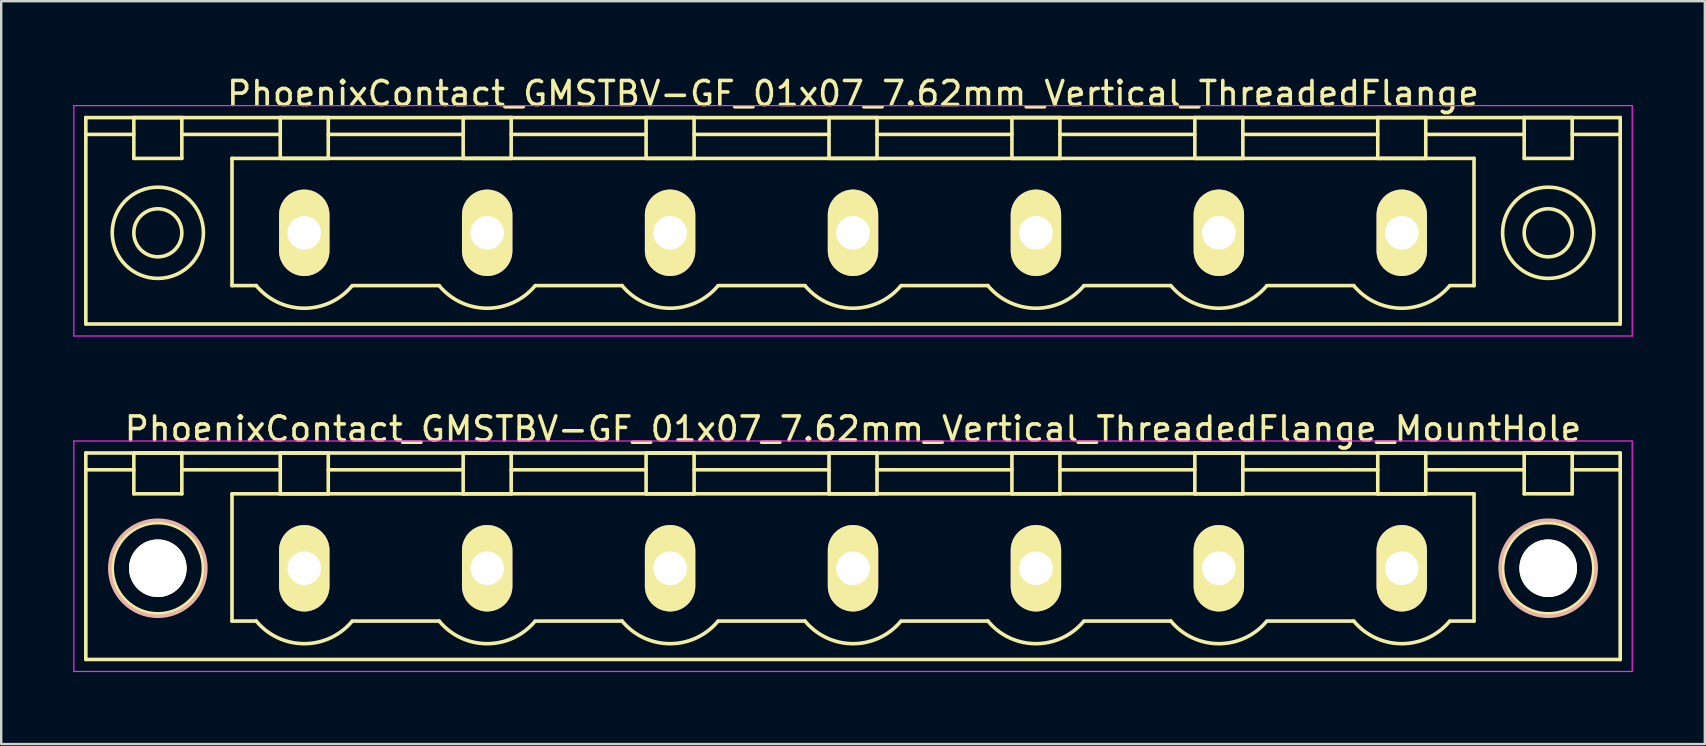
<source format=kicad_pcb>
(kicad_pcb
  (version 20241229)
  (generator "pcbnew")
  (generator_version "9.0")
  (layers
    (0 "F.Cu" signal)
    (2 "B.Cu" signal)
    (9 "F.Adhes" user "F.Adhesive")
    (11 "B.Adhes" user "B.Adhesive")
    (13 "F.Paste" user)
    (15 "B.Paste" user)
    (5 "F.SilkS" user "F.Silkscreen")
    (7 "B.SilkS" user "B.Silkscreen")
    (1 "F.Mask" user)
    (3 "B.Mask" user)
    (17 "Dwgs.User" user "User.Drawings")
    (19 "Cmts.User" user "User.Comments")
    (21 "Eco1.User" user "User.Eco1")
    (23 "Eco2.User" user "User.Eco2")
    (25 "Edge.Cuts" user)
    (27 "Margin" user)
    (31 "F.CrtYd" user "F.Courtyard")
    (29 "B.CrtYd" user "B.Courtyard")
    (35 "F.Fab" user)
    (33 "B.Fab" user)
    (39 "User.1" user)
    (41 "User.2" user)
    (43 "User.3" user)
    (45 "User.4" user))
  (footprint "PhoenixContact_GMSTBV-GF_01x07_7.62mm_Vertical_ThreadedFlange_MountHole"
    (layer "F.Cu")
    (at 9.625 20.622)
    (property "Reference" "PhoenixContact_GMSTBV-GF_01x07_7.62mm_Vertical_ThreadedFlange_MountHole" (at 22.86 -5.8 0) (layer "F.SilkS") (effects (font (size 1 1) (thickness 0.15))))
    (attr through_hole)
    (fp_line (start -9.1 -4.8) (end -9.1 3.8) (stroke (width 0.15) (type solid)) (layer "F.SilkS"))
    (fp_line (start -9.1 -4.1) (end -7.1 -4.1) (stroke (width 0.15) (type solid)) (layer "F.SilkS"))
    (fp_line (start -9.1 3.8) (end 54.82 3.8) (stroke (width 0.15) (type solid)) (layer "F.SilkS"))
    (fp_line (start -7.1 -4.8) (end -5.1 -4.8) (stroke (width 0.15) (type solid)) (layer "F.SilkS"))
    (fp_line (start -7.1 -3.1) (end -7.1 -4.8) (stroke (width 0.15) (type solid)) (layer "F.SilkS"))
    (fp_line (start -5.1 -4.8) (end -5.1 -3.1) (stroke (width 0.15) (type solid)) (layer "F.SilkS"))
    (fp_line (start -5.1 -4.1) (end -1 -4.1) (stroke (width 0.15) (type solid)) (layer "F.SilkS"))
    (fp_line (start -5.1 -3.1) (end -7.1 -3.1) (stroke (width 0.15) (type solid)) (layer "F.SilkS"))
    (fp_line (start -3.01 -3.1) (end 48.73 -3.1) (stroke (width 0.15) (type solid)) (layer "F.SilkS"))
    (fp_line (start -3.01 2.2) (end -3.01 -3.1) (stroke (width 0.15) (type solid)) (layer "F.SilkS"))
    (fp_line (start -2 2.2) (end -3.01 2.2) (stroke (width 0.15) (type solid)) (layer "F.SilkS"))
    (fp_line (start -1 -4.8) (end 1 -4.8) (stroke (width 0.15) (type solid)) (layer "F.SilkS"))
    (fp_line (start -1 -3.1) (end -1 -4.8) (stroke (width 0.15) (type solid)) (layer "F.SilkS"))
    (fp_line (start 1 -4.8) (end 1 -3.1) (stroke (width 0.15) (type solid)) (layer "F.SilkS"))
    (fp_line (start 1 -4.1) (end 6.62 -4.1) (stroke (width 0.15) (type solid)) (layer "F.SilkS"))
    (fp_line (start 1 -3.1) (end -1 -3.1) (stroke (width 0.15) (type solid)) (layer "F.SilkS"))
    (fp_line (start 2 2.2) (end 5.62 2.2) (stroke (width 0.15) (type solid)) (layer "F.SilkS"))
    (fp_line (start 6.62 -4.8) (end 8.62 -4.8) (stroke (width 0.15) (type solid)) (layer "F.SilkS"))
    (fp_line (start 6.62 -3.1) (end 6.62 -4.8) (stroke (width 0.15) (type solid)) (layer "F.SilkS"))
    (fp_line (start 8.62 -4.8) (end 8.62 -3.1) (stroke (width 0.15) (type solid)) (layer "F.SilkS"))
    (fp_line (start 8.62 -4.1) (end 14.24 -4.1) (stroke (width 0.15) (type solid)) (layer "F.SilkS"))
    (fp_line (start 8.62 -3.1) (end 6.62 -3.1) (stroke (width 0.15) (type solid)) (layer "F.SilkS"))
    (fp_line (start 9.62 2.2) (end 13.24 2.2) (stroke (width 0.15) (type solid)) (layer "F.SilkS"))
    (fp_line (start 14.24 -4.8) (end 16.24 -4.8) (stroke (width 0.15) (type solid)) (layer "F.SilkS"))
    (fp_line (start 14.24 -3.1) (end 14.24 -4.8) (stroke (width 0.15) (type solid)) (layer "F.SilkS"))
    (fp_line (start 16.24 -4.8) (end 16.24 -3.1) (stroke (width 0.15) (type solid)) (layer "F.SilkS"))
    (fp_line (start 16.24 -4.1) (end 21.86 -4.1) (stroke (width 0.15) (type solid)) (layer "F.SilkS"))
    (fp_line (start 16.24 -3.1) (end 14.24 -3.1) (stroke (width 0.15) (type solid)) (layer "F.SilkS"))
    (fp_line (start 17.24 2.2) (end 20.86 2.2) (stroke (width 0.15) (type solid)) (layer "F.SilkS"))
    (fp_line (start 21.86 -4.8) (end 23.86 -4.8) (stroke (width 0.15) (type solid)) (layer "F.SilkS"))
    (fp_line (start 21.86 -3.1) (end 21.86 -4.8) (stroke (width 0.15) (type solid)) (layer "F.SilkS"))
    (fp_line (start 23.86 -4.8) (end 23.86 -3.1) (stroke (width 0.15) (type solid)) (layer "F.SilkS"))
    (fp_line (start 23.86 -4.1) (end 29.48 -4.1) (stroke (width 0.15) (type solid)) (layer "F.SilkS"))
    (fp_line (start 23.86 -3.1) (end 21.86 -3.1) (stroke (width 0.15) (type solid)) (layer "F.SilkS"))
    (fp_line (start 24.86 2.2) (end 28.48 2.2) (stroke (width 0.15) (type solid)) (layer "F.SilkS"))
    (fp_line (start 29.48 -4.8) (end 31.48 -4.8) (stroke (width 0.15) (type solid)) (layer "F.SilkS"))
    (fp_line (start 29.48 -3.1) (end 29.48 -4.8) (stroke (width 0.15) (type solid)) (layer "F.SilkS"))
    (fp_line (start 31.48 -4.8) (end 31.48 -3.1) (stroke (width 0.15) (type solid)) (layer "F.SilkS"))
    (fp_line (start 31.48 -4.1) (end 37.1 -4.1) (stroke (width 0.15) (type solid)) (layer "F.SilkS"))
    (fp_line (start 31.48 -3.1) (end 29.48 -3.1) (stroke (width 0.15) (type solid)) (layer "F.SilkS"))
    (fp_line (start 32.48 2.2) (end 36.1 2.2) (stroke (width 0.15) (type solid)) (layer "F.SilkS"))
    (fp_line (start 37.1 -4.8) (end 39.1 -4.8) (stroke (width 0.15) (type solid)) (layer "F.SilkS"))
    (fp_line (start 37.1 -3.1) (end 37.1 -4.8) (stroke (width 0.15) (type solid)) (layer "F.SilkS"))
    (fp_line (start 39.1 -4.8) (end 39.1 -3.1) (stroke (width 0.15) (type solid)) (layer "F.SilkS"))
    (fp_line (start 39.1 -4.1) (end 44.72 -4.1) (stroke (width 0.15) (type solid)) (layer "F.SilkS"))
    (fp_line (start 39.1 -3.1) (end 37.1 -3.1) (stroke (width 0.15) (type solid)) (layer "F.SilkS"))
    (fp_line (start 40.1 2.2) (end 43.72 2.2) (stroke (width 0.15) (type solid)) (layer "F.SilkS"))
    (fp_line (start 44.72 -4.8) (end 46.72 -4.8) (stroke (width 0.15) (type solid)) (layer "F.SilkS"))
    (fp_line (start 44.72 -3.1) (end 44.72 -4.8) (stroke (width 0.15) (type solid)) (layer "F.SilkS"))
    (fp_line (start 46.72 -4.8) (end 46.72 -3.1) (stroke (width 0.15) (type solid)) (layer "F.SilkS"))
    (fp_line (start 46.72 -4.1) (end 50.82 -4.1) (stroke (width 0.15) (type solid)) (layer "F.SilkS"))
    (fp_line (start 46.72 -3.1) (end 44.72 -3.1) (stroke (width 0.15) (type solid)) (layer "F.SilkS"))
    (fp_line (start 48.73 -3.1) (end 48.73 2.2) (stroke (width 0.15) (type solid)) (layer "F.SilkS"))
    (fp_line (start 48.73 2.2) (end 47.72 2.2) (stroke (width 0.15) (type solid)) (layer "F.SilkS"))
    (fp_line (start 50.82 -4.8) (end 52.82 -4.8) (stroke (width 0.15) (type solid)) (layer "F.SilkS"))
    (fp_line (start 50.82 -3.1) (end 50.82 -4.8) (stroke (width 0.15) (type solid)) (layer "F.SilkS"))
    (fp_line (start 52.82 -4.8) (end 52.82 -3.1) (stroke (width 0.15) (type solid)) (layer "F.SilkS"))
    (fp_line (start 52.82 -3.1) (end 50.82 -3.1) (stroke (width 0.15) (type solid)) (layer "F.SilkS"))
    (fp_line (start 54.82 -4.8) (end -9.1 -4.8) (stroke (width 0.15) (type solid)) (layer "F.SilkS"))
    (fp_line (start 54.82 -4.1) (end 52.82 -4.1) (stroke (width 0.15) (type solid)) (layer "F.SilkS"))
    (fp_line (start 54.82 3.8) (end 54.82 -4.8) (stroke (width 0.15) (type solid)) (layer "F.SilkS"))
    (fp_arc (start 1.986842 2.215821) (mid -0.010289 3.142758) (end -2 2.2) (stroke (width 0.15) (type solid)) (layer "F.SilkS"))
    (fp_arc (start 9.606842 2.215821) (mid 7.609711 3.142758) (end 5.62 2.2) (stroke (width 0.15) (type solid)) (layer "F.SilkS"))
    (fp_arc (start 17.226842 2.215821) (mid 15.229711 3.142758) (end 13.24 2.2) (stroke (width 0.15) (type solid)) (layer "F.SilkS"))
    (fp_arc (start 24.846842 2.215821) (mid 22.849711 3.142758) (end 20.86 2.2) (stroke (width 0.15) (type solid)) (layer "F.SilkS"))
    (fp_arc (start 32.466842 2.215821) (mid 30.469711 3.142758) (end 28.48 2.2) (stroke (width 0.15) (type solid)) (layer "F.SilkS"))
    (fp_arc (start 40.086842 2.215821) (mid 38.089711 3.142758) (end 36.1 2.2) (stroke (width 0.15) (type solid)) (layer "F.SilkS"))
    (fp_arc (start 47.706842 2.215821) (mid 45.709711 3.142758) (end 43.72 2.2) (stroke (width 0.15) (type solid)) (layer "F.SilkS"))
    (fp_circle (center -6.1 0) (end -5.1 0) (stroke (width 0.15) (type solid)) (fill no) (layer "F.SilkS"))
    (fp_circle (center -6.1 0) (end -4.2 0) (stroke (width 0.15) (type solid)) (fill no) (layer "F.SilkS"))
    (fp_circle (center 51.82 0) (end 52.82 0) (stroke (width 0.15) (type solid)) (fill no) (layer "F.SilkS"))
    (fp_circle (center 51.82 0) (end 53.72 0) (stroke (width 0.15) (type solid)) (fill no) (layer "F.SilkS"))
    (fp_circle (center -6.1 0) (end -4.1 0) (stroke (width 0.15) (type solid)) (fill no) (layer "B.SilkS"))
    (fp_circle (center 51.82 0) (end 53.82 0) (stroke (width 0.15) (type solid)) (fill no) (layer "B.SilkS"))
    (fp_line (start -9.6 -5.3) (end -9.6 4.3) (stroke (width 0.05) (type solid)) (layer "F.CrtYd"))
    (fp_line (start -9.6 4.3) (end 55.32 4.3) (stroke (width 0.05) (type solid)) (layer "F.CrtYd"))
    (fp_line (start 55.32 -5.3) (end -9.6 -5.3) (stroke (width 0.05) (type solid)) (layer "F.CrtYd"))
    (fp_line (start 55.32 4.3) (end 55.32 -5.3) (stroke (width 0.05) (type solid)) (layer "F.CrtYd"))
    (pad "" np_thru_hole circle (at -6.1 0) (size 2.4 2.4) (drill 2.4) (layers "*.Cu" "*.Mask" "F.SilkS"))
    (pad "" np_thru_hole circle (at 51.82 0) (size 2.4 2.4) (drill 2.4) (layers "*.Cu" "*.Mask" "F.SilkS"))
    (pad "1" thru_hole oval (at 0 0) (size 2.1 3.6) (drill 1.4) (layers "*.Cu" "*.Mask" "F.SilkS"))
    (pad "2" thru_hole oval (at 7.62 0) (size 2.1 3.6) (drill 1.4) (layers "*.Cu" "*.Mask" "F.SilkS"))
    (pad "3" thru_hole oval (at 15.24 0) (size 2.1 3.6) (drill 1.4) (layers "*.Cu" "*.Mask" "F.SilkS"))
    (pad "4" thru_hole oval (at 22.86 0) (size 2.1 3.6) (drill 1.4) (layers "*.Cu" "*.Mask" "F.SilkS"))
    (pad "5" thru_hole oval (at 30.48 0) (size 2.1 3.6) (drill 1.4) (layers "*.Cu" "*.Mask" "F.SilkS"))
    (pad "6" thru_hole oval (at 38.1 0) (size 2.1 3.6) (drill 1.4) (layers "*.Cu" "*.Mask" "F.SilkS"))
    (pad "7" thru_hole oval (at 45.72 0) (size 2.1 3.6) (drill 1.4) (layers "*.Cu" "*.Mask" "F.SilkS")))
  (footprint "PhoenixContact_GMSTBV-GF_01x07_7.62mm_Vertical_ThreadedFlange"
    (layer "F.Cu")
    (at 9.625 6.648)
    (property "Reference" "PhoenixContact_GMSTBV-GF_01x07_7.62mm_Vertical_ThreadedFlange" (at 22.86 -5.8 0) (layer "F.SilkS") (effects (font (size 1 1) (thickness 0.15))))
    (attr through_hole)
    (fp_line (start -9.1 -4.8) (end -9.1 3.8) (stroke (width 0.15) (type solid)) (layer "F.SilkS"))
    (fp_line (start -9.1 -4.1) (end -7.1 -4.1) (stroke (width 0.15) (type solid)) (layer "F.SilkS"))
    (fp_line (start -9.1 3.8) (end 54.82 3.8) (stroke (width 0.15) (type solid)) (layer "F.SilkS"))
    (fp_line (start -7.1 -4.8) (end -5.1 -4.8) (stroke (width 0.15) (type solid)) (layer "F.SilkS"))
    (fp_line (start -7.1 -3.1) (end -7.1 -4.8) (stroke (width 0.15) (type solid)) (layer "F.SilkS"))
    (fp_line (start -5.1 -4.8) (end -5.1 -3.1) (stroke (width 0.15) (type solid)) (layer "F.SilkS"))
    (fp_line (start -5.1 -4.1) (end -1 -4.1) (stroke (width 0.15) (type solid)) (layer "F.SilkS"))
    (fp_line (start -5.1 -3.1) (end -7.1 -3.1) (stroke (width 0.15) (type solid)) (layer "F.SilkS"))
    (fp_line (start -3.01 -3.1) (end 48.73 -3.1) (stroke (width 0.15) (type solid)) (layer "F.SilkS"))
    (fp_line (start -3.01 2.2) (end -3.01 -3.1) (stroke (width 0.15) (type solid)) (layer "F.SilkS"))
    (fp_line (start -2 2.2) (end -3.01 2.2) (stroke (width 0.15) (type solid)) (layer "F.SilkS"))
    (fp_line (start -1 -4.8) (end 1 -4.8) (stroke (width 0.15) (type solid)) (layer "F.SilkS"))
    (fp_line (start -1 -3.1) (end -1 -4.8) (stroke (width 0.15) (type solid)) (layer "F.SilkS"))
    (fp_line (start 1 -4.8) (end 1 -3.1) (stroke (width 0.15) (type solid)) (layer "F.SilkS"))
    (fp_line (start 1 -4.1) (end 6.62 -4.1) (stroke (width 0.15) (type solid)) (layer "F.SilkS"))
    (fp_line (start 1 -3.1) (end -1 -3.1) (stroke (width 0.15) (type solid)) (layer "F.SilkS"))
    (fp_line (start 2 2.2) (end 5.62 2.2) (stroke (width 0.15) (type solid)) (layer "F.SilkS"))
    (fp_line (start 6.62 -4.8) (end 8.62 -4.8) (stroke (width 0.15) (type solid)) (layer "F.SilkS"))
    (fp_line (start 6.62 -3.1) (end 6.62 -4.8) (stroke (width 0.15) (type solid)) (layer "F.SilkS"))
    (fp_line (start 8.62 -4.8) (end 8.62 -3.1) (stroke (width 0.15) (type solid)) (layer "F.SilkS"))
    (fp_line (start 8.62 -4.1) (end 14.24 -4.1) (stroke (width 0.15) (type solid)) (layer "F.SilkS"))
    (fp_line (start 8.62 -3.1) (end 6.62 -3.1) (stroke (width 0.15) (type solid)) (layer "F.SilkS"))
    (fp_line (start 9.62 2.2) (end 13.24 2.2) (stroke (width 0.15) (type solid)) (layer "F.SilkS"))
    (fp_line (start 14.24 -4.8) (end 16.24 -4.8) (stroke (width 0.15) (type solid)) (layer "F.SilkS"))
    (fp_line (start 14.24 -3.1) (end 14.24 -4.8) (stroke (width 0.15) (type solid)) (layer "F.SilkS"))
    (fp_line (start 16.24 -4.8) (end 16.24 -3.1) (stroke (width 0.15) (type solid)) (layer "F.SilkS"))
    (fp_line (start 16.24 -4.1) (end 21.86 -4.1) (stroke (width 0.15) (type solid)) (layer "F.SilkS"))
    (fp_line (start 16.24 -3.1) (end 14.24 -3.1) (stroke (width 0.15) (type solid)) (layer "F.SilkS"))
    (fp_line (start 17.24 2.2) (end 20.86 2.2) (stroke (width 0.15) (type solid)) (layer "F.SilkS"))
    (fp_line (start 21.86 -4.8) (end 23.86 -4.8) (stroke (width 0.15) (type solid)) (layer "F.SilkS"))
    (fp_line (start 21.86 -3.1) (end 21.86 -4.8) (stroke (width 0.15) (type solid)) (layer "F.SilkS"))
    (fp_line (start 23.86 -4.8) (end 23.86 -3.1) (stroke (width 0.15) (type solid)) (layer "F.SilkS"))
    (fp_line (start 23.86 -4.1) (end 29.48 -4.1) (stroke (width 0.15) (type solid)) (layer "F.SilkS"))
    (fp_line (start 23.86 -3.1) (end 21.86 -3.1) (stroke (width 0.15) (type solid)) (layer "F.SilkS"))
    (fp_line (start 24.86 2.2) (end 28.48 2.2) (stroke (width 0.15) (type solid)) (layer "F.SilkS"))
    (fp_line (start 29.48 -4.8) (end 31.48 -4.8) (stroke (width 0.15) (type solid)) (layer "F.SilkS"))
    (fp_line (start 29.48 -3.1) (end 29.48 -4.8) (stroke (width 0.15) (type solid)) (layer "F.SilkS"))
    (fp_line (start 31.48 -4.8) (end 31.48 -3.1) (stroke (width 0.15) (type solid)) (layer "F.SilkS"))
    (fp_line (start 31.48 -4.1) (end 37.1 -4.1) (stroke (width 0.15) (type solid)) (layer "F.SilkS"))
    (fp_line (start 31.48 -3.1) (end 29.48 -3.1) (stroke (width 0.15) (type solid)) (layer "F.SilkS"))
    (fp_line (start 32.48 2.2) (end 36.1 2.2) (stroke (width 0.15) (type solid)) (layer "F.SilkS"))
    (fp_line (start 37.1 -4.8) (end 39.1 -4.8) (stroke (width 0.15) (type solid)) (layer "F.SilkS"))
    (fp_line (start 37.1 -3.1) (end 37.1 -4.8) (stroke (width 0.15) (type solid)) (layer "F.SilkS"))
    (fp_line (start 39.1 -4.8) (end 39.1 -3.1) (stroke (width 0.15) (type solid)) (layer "F.SilkS"))
    (fp_line (start 39.1 -4.1) (end 44.72 -4.1) (stroke (width 0.15) (type solid)) (layer "F.SilkS"))
    (fp_line (start 39.1 -3.1) (end 37.1 -3.1) (stroke (width 0.15) (type solid)) (layer "F.SilkS"))
    (fp_line (start 40.1 2.2) (end 43.72 2.2) (stroke (width 0.15) (type solid)) (layer "F.SilkS"))
    (fp_line (start 44.72 -4.8) (end 46.72 -4.8) (stroke (width 0.15) (type solid)) (layer "F.SilkS"))
    (fp_line (start 44.72 -3.1) (end 44.72 -4.8) (stroke (width 0.15) (type solid)) (layer "F.SilkS"))
    (fp_line (start 46.72 -4.8) (end 46.72 -3.1) (stroke (width 0.15) (type solid)) (layer "F.SilkS"))
    (fp_line (start 46.72 -4.1) (end 50.82 -4.1) (stroke (width 0.15) (type solid)) (layer "F.SilkS"))
    (fp_line (start 46.72 -3.1) (end 44.72 -3.1) (stroke (width 0.15) (type solid)) (layer "F.SilkS"))
    (fp_line (start 48.73 -3.1) (end 48.73 2.2) (stroke (width 0.15) (type solid)) (layer "F.SilkS"))
    (fp_line (start 48.73 2.2) (end 47.72 2.2) (stroke (width 0.15) (type solid)) (layer "F.SilkS"))
    (fp_line (start 50.82 -4.8) (end 52.82 -4.8) (stroke (width 0.15) (type solid)) (layer "F.SilkS"))
    (fp_line (start 50.82 -3.1) (end 50.82 -4.8) (stroke (width 0.15) (type solid)) (layer "F.SilkS"))
    (fp_line (start 52.82 -4.8) (end 52.82 -3.1) (stroke (width 0.15) (type solid)) (layer "F.SilkS"))
    (fp_line (start 52.82 -3.1) (end 50.82 -3.1) (stroke (width 0.15) (type solid)) (layer "F.SilkS"))
    (fp_line (start 54.82 -4.8) (end -9.1 -4.8) (stroke (width 0.15) (type solid)) (layer "F.SilkS"))
    (fp_line (start 54.82 -4.1) (end 52.82 -4.1) (stroke (width 0.15) (type solid)) (layer "F.SilkS"))
    (fp_line (start 54.82 3.8) (end 54.82 -4.8) (stroke (width 0.15) (type solid)) (layer "F.SilkS"))
    (fp_arc (start 1.986842 2.215821) (mid -0.010289 3.142758) (end -2 2.2) (stroke (width 0.15) (type solid)) (layer "F.SilkS"))
    (fp_arc (start 9.606842 2.215821) (mid 7.609711 3.142758) (end 5.62 2.2) (stroke (width 0.15) (type solid)) (layer "F.SilkS"))
    (fp_arc (start 17.226842 2.215821) (mid 15.229711 3.142758) (end 13.24 2.2) (stroke (width 0.15) (type solid)) (layer "F.SilkS"))
    (fp_arc (start 24.846842 2.215821) (mid 22.849711 3.142758) (end 20.86 2.2) (stroke (width 0.15) (type solid)) (layer "F.SilkS"))
    (fp_arc (start 32.466842 2.215821) (mid 30.469711 3.142758) (end 28.48 2.2) (stroke (width 0.15) (type solid)) (layer "F.SilkS"))
    (fp_arc (start 40.086842 2.215821) (mid 38.089711 3.142758) (end 36.1 2.2) (stroke (width 0.15) (type solid)) (layer "F.SilkS"))
    (fp_arc (start 47.706842 2.215821) (mid 45.709711 3.142758) (end 43.72 2.2) (stroke (width 0.15) (type solid)) (layer "F.SilkS"))
    (fp_circle (center -6.1 0) (end -5.1 0) (stroke (width 0.15) (type solid)) (fill no) (layer "F.SilkS"))
    (fp_circle (center -6.1 0) (end -4.2 0) (stroke (width 0.15) (type solid)) (fill no) (layer "F.SilkS"))
    (fp_circle (center 51.82 0) (end 52.82 0) (stroke (width 0.15) (type solid)) (fill no) (layer "F.SilkS"))
    (fp_circle (center 51.82 0) (end 53.72 0) (stroke (width 0.15) (type solid)) (fill no) (layer "F.SilkS"))
    (fp_line (start -9.6 -5.3) (end -9.6 4.3) (stroke (width 0.05) (type solid)) (layer "F.CrtYd"))
    (fp_line (start -9.6 4.3) (end 55.32 4.3) (stroke (width 0.05) (type solid)) (layer "F.CrtYd"))
    (fp_line (start 55.32 -5.3) (end -9.6 -5.3) (stroke (width 0.05) (type solid)) (layer "F.CrtYd"))
    (fp_line (start 55.32 4.3) (end 55.32 -5.3) (stroke (width 0.05) (type solid)) (layer "F.CrtYd"))
    (pad "1" thru_hole oval (at 0 0) (size 2.1 3.6) (drill 1.4) (layers "*.Cu" "*.Mask" "F.SilkS"))
    (pad "2" thru_hole oval (at 7.62 0) (size 2.1 3.6) (drill 1.4) (layers "*.Cu" "*.Mask" "F.SilkS"))
    (pad "3" thru_hole oval (at 15.24 0) (size 2.1 3.6) (drill 1.4) (layers "*.Cu" "*.Mask" "F.SilkS"))
    (pad "4" thru_hole oval (at 22.86 0) (size 2.1 3.6) (drill 1.4) (layers "*.Cu" "*.Mask" "F.SilkS"))
    (pad "5" thru_hole oval (at 30.48 0) (size 2.1 3.6) (drill 1.4) (layers "*.Cu" "*.Mask" "F.SilkS"))
    (pad "6" thru_hole oval (at 38.1 0) (size 2.1 3.6) (drill 1.4) (layers "*.Cu" "*.Mask" "F.SilkS"))
    (pad "7" thru_hole oval (at 45.72 0) (size 2.1 3.6) (drill 1.4) (layers "*.Cu" "*.Mask" "F.SilkS")))
  (gr_rect
    (start -3 -3)
    (end 67.97 27.947)
    (stroke (width 0.1) (type default))
    (fill no)
    (layer "Edge.Cuts")))
</source>
